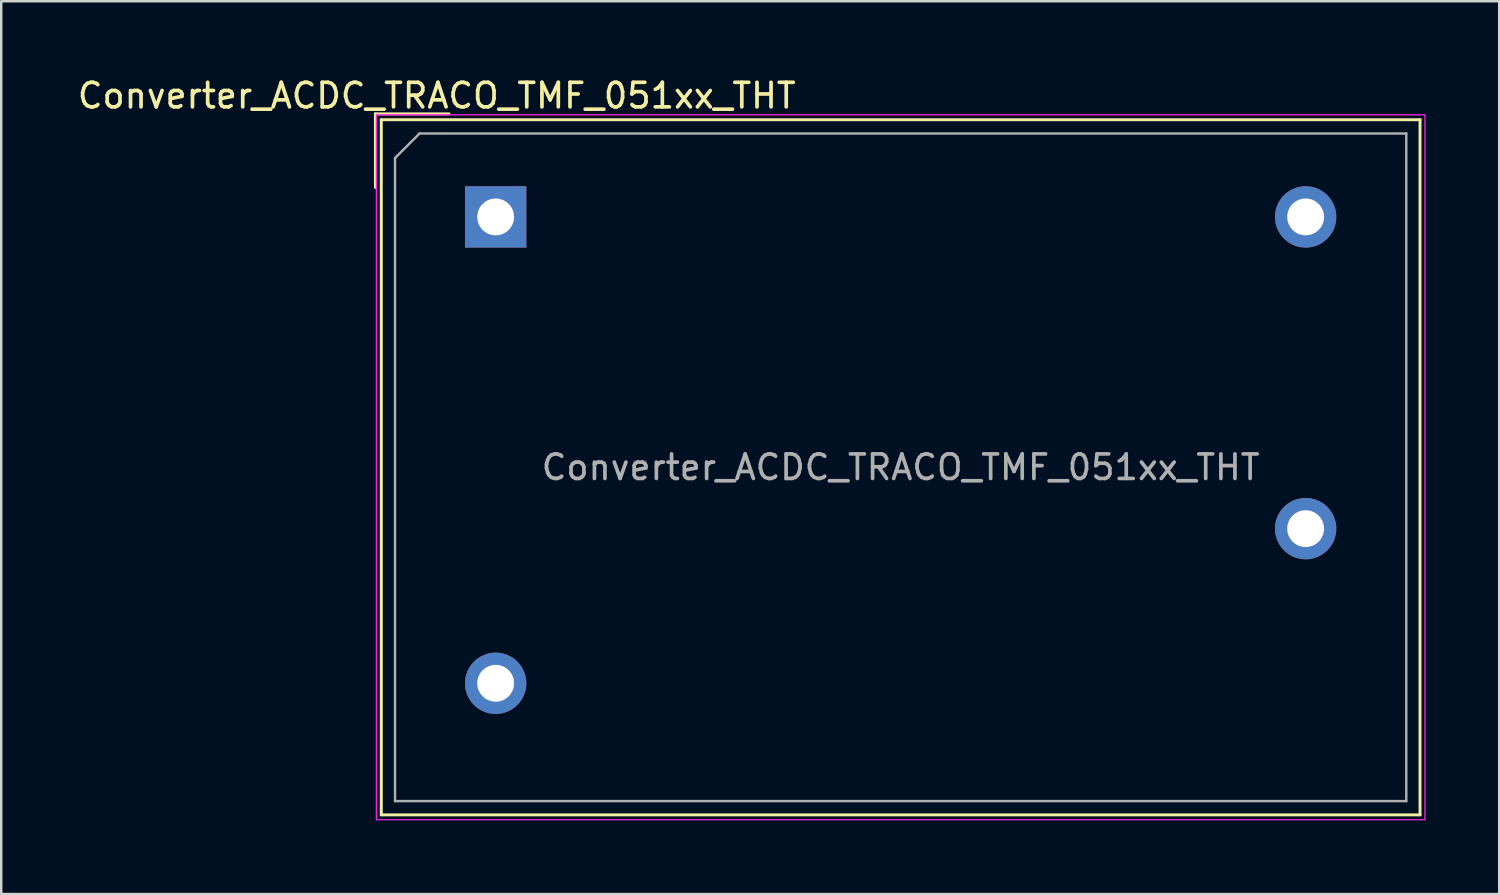
<source format=kicad_pcb>
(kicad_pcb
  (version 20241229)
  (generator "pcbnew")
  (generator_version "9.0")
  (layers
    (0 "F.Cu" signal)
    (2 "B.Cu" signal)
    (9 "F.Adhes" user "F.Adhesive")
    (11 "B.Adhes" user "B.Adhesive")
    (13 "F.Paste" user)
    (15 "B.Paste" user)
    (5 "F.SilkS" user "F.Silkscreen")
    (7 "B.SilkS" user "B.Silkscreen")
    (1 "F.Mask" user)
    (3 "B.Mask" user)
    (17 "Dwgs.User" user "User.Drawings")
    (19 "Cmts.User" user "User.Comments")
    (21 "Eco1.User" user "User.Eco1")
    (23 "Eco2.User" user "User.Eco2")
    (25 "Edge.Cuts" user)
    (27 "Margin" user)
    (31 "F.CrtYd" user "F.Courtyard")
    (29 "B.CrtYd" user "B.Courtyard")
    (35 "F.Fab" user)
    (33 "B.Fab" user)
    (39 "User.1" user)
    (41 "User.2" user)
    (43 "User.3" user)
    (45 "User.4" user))
  (footprint "Converter_ACDC_TRACO_TMF_051xx_THT"
    (layer "F.Cu")
    (at 17.144 5.788)
    (property "Reference" "Converter_ACDC_TRACO_TMF_051xx_THT" (at -2.4 -4.94 0) (layer "F.SilkS") (effects (font (size 1 1) (thickness 0.15))))
    (attr through_hole)
    (fp_line (start -4.9 -4.2) (end -1.9 -4.2) (stroke (width 0.12) (type solid)) (layer "F.SilkS"))
    (fp_line (start -4.9 -1.2) (end -4.9 -4.2) (stroke (width 0.12) (type solid)) (layer "F.SilkS"))
    (fp_line (start -4.66 -3.96) (end -4.66 24.36) (stroke (width 0.12) (type solid)) (layer "F.SilkS"))
    (fp_line (start -4.66 -3.96) (end 37.66 -3.96) (stroke (width 0.12) (type solid)) (layer "F.SilkS"))
    (fp_line (start -4.66 24.36) (end 37.66 24.36) (stroke (width 0.12) (type solid)) (layer "F.SilkS"))
    (fp_line (start 37.66 -3.96) (end 37.66 24.36) (stroke (width 0.12) (type solid)) (layer "F.SilkS"))
    (fp_line (start -4.86 -4.16) (end -4.86 24.56) (stroke (width 0.05) (type solid)) (layer "F.CrtYd"))
    (fp_line (start -4.86 24.56) (end 37.86 24.56) (stroke (width 0.05) (type solid)) (layer "F.CrtYd"))
    (fp_line (start 37.86 -4.16) (end -4.86 -4.16) (stroke (width 0.05) (type solid)) (layer "F.CrtYd"))
    (fp_line (start 37.86 24.56) (end 37.86 -4.16) (stroke (width 0.05) (type solid)) (layer "F.CrtYd"))
    (fp_line (start -4.1 -2.4) (end -3.1 -3.4) (stroke (width 0.1) (type solid)) (layer "F.Fab"))
    (fp_line (start -4.1 23.8) (end -4.1 -2.4) (stroke (width 0.1) (type solid)) (layer "F.Fab"))
    (fp_line (start -3.1 -3.4) (end 37.1 -3.4) (stroke (width 0.1) (type solid)) (layer "F.Fab"))
    (fp_line (start 37.1 -3.4) (end 37.1 23.8) (stroke (width 0.1) (type solid)) (layer "F.Fab"))
    (fp_line (start 37.1 23.8) (end -4.1 23.8) (stroke (width 0.1) (type solid)) (layer "F.Fab"))
    (fp_text user "${REFERENCE}" (at 16.5 10.2 0) (layer "F.Fab") (effects (font (size 1 1) (thickness 0.15))))
    (pad "1" thru_hole rect (at 0 0) (size 2.5 2.5) (drill 1.5) (layers "*.Cu" "*.Mask"))
    (pad "2" thru_hole circle (at 0 19) (size 2.5 2.5) (drill 1.5) (layers "*.Cu" "*.Mask"))
    (pad "3" thru_hole circle (at 33 0) (size 2.5 2.5) (drill 1.5) (layers "*.Cu" "*.Mask"))
    (pad "4" thru_hole circle (at 33 12.7) (size 2.5 2.5) (drill 1.5) (layers "*.Cu" "*.Mask")))
  (gr_rect
    (start -3 -3)
    (end 58.029 33.373)
    (stroke (width 0.1) (type default))
    (fill no)
    (layer "Edge.Cuts")))
</source>
